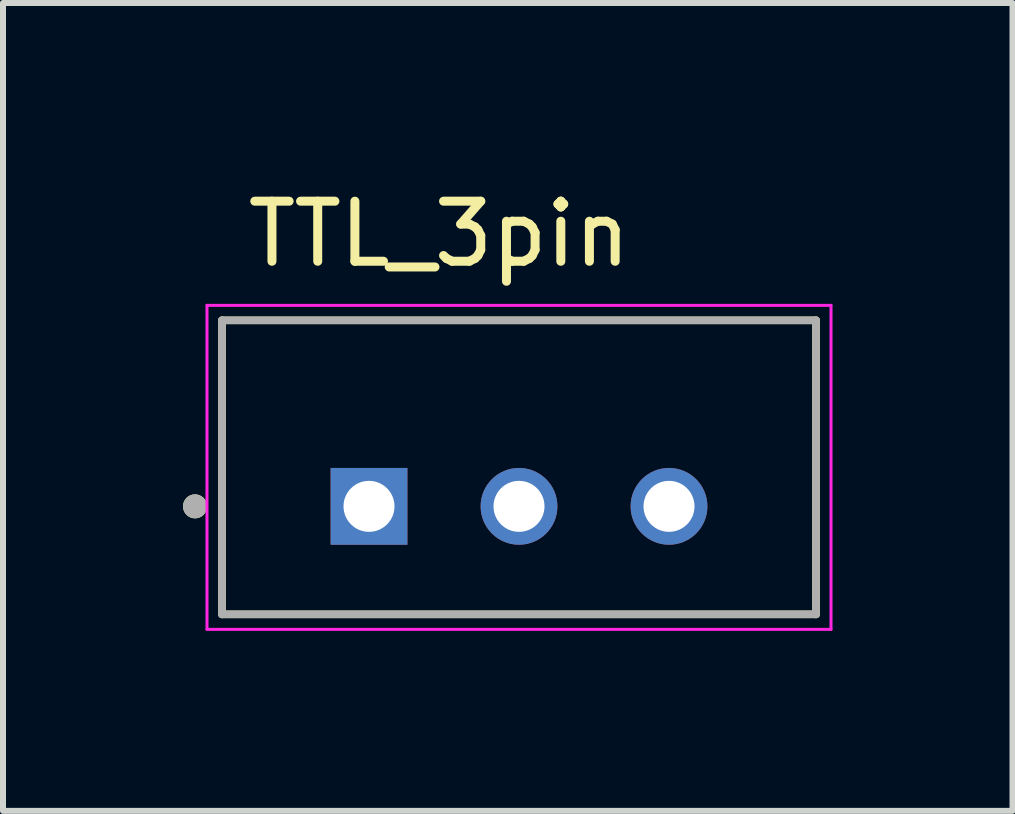
<source format=kicad_pcb>
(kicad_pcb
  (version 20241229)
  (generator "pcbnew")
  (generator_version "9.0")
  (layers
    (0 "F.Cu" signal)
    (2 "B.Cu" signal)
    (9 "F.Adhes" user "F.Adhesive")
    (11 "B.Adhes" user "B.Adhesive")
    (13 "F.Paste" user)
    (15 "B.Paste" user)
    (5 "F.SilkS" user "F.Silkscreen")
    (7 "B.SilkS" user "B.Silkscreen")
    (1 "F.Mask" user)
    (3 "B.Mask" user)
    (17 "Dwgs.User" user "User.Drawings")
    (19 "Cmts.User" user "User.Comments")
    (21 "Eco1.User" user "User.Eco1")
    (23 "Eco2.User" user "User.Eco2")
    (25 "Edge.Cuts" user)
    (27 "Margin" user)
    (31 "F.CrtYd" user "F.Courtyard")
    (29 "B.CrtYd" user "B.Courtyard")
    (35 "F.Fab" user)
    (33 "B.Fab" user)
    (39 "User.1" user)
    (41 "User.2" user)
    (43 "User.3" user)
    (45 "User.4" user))
  (footprint "TTL_3pin"
    (layer "F.Cu")
    (at 3.1 5.389)
    (property "Reference" "TTL_3pin" (at 1.171 -4.54 0) (layer "F.SilkS") (effects (font (size 1.001 1.001) (thickness 0.15))))
    (attr through_hole)
    (fp_line (start -2.45 -3.1) (end 7.45 -3.1) (stroke (width 0.127) (type solid)) (layer "F.SilkS"))
    (fp_line (start -2.45 1.8) (end -2.45 -3.1) (stroke (width 0.127) (type solid)) (layer "F.SilkS"))
    (fp_line (start 7.45 -3.1) (end 7.45 1.8) (stroke (width 0.127) (type solid)) (layer "F.SilkS"))
    (fp_line (start 7.45 1.8) (end -2.45 1.8) (stroke (width 0.127) (type solid)) (layer "F.SilkS"))
    (fp_circle (center -2.9 0) (end -2.8 0) (stroke (width 0.2) (type solid)) (fill no) (layer "F.SilkS"))
    (fp_line (start -2.7 -3.35) (end 7.7 -3.35) (stroke (width 0.05) (type solid)) (layer "F.CrtYd"))
    (fp_line (start -2.7 2.05) (end -2.7 -3.35) (stroke (width 0.05) (type solid)) (layer "F.CrtYd"))
    (fp_line (start 7.7 -3.35) (end 7.7 2.05) (stroke (width 0.05) (type solid)) (layer "F.CrtYd"))
    (fp_line (start 7.7 2.05) (end -2.7 2.05) (stroke (width 0.05) (type solid)) (layer "F.CrtYd"))
    (fp_line (start -2.45 -3.1) (end 7.45 -3.1) (stroke (width 0.127) (type solid)) (layer "F.Fab"))
    (fp_line (start -2.45 1.8) (end -2.45 -3.1) (stroke (width 0.127) (type solid)) (layer "F.Fab"))
    (fp_line (start 7.45 -3.1) (end 7.45 1.8) (stroke (width 0.127) (type solid)) (layer "F.Fab"))
    (fp_line (start 7.45 1.8) (end -2.45 1.8) (stroke (width 0.127) (type solid)) (layer "F.Fab"))
    (fp_circle (center -2.9 0) (end -2.8 0) (stroke (width 0.2) (type solid)) (fill no) (layer "F.Fab"))
    (pad "1" thru_hole rect (at 0 0) (size 1.28 1.28) (drill 0.85) (layers "*.Cu" "*.Mask"))
    (pad "2" thru_hole circle (at 2.5 0) (size 1.28 1.28) (drill 0.85) (layers "*.Cu" "*.Mask"))
    (pad "3" thru_hole circle (at 5 0) (size 1.28 1.28) (drill 0.85) (layers "*.Cu" "*.Mask")))
  (gr_rect
    (start -3 -3)
    (end 13.825 10.464)
    (stroke (width 0.1) (type default))
    (fill no)
    (layer "Edge.Cuts")))
</source>
